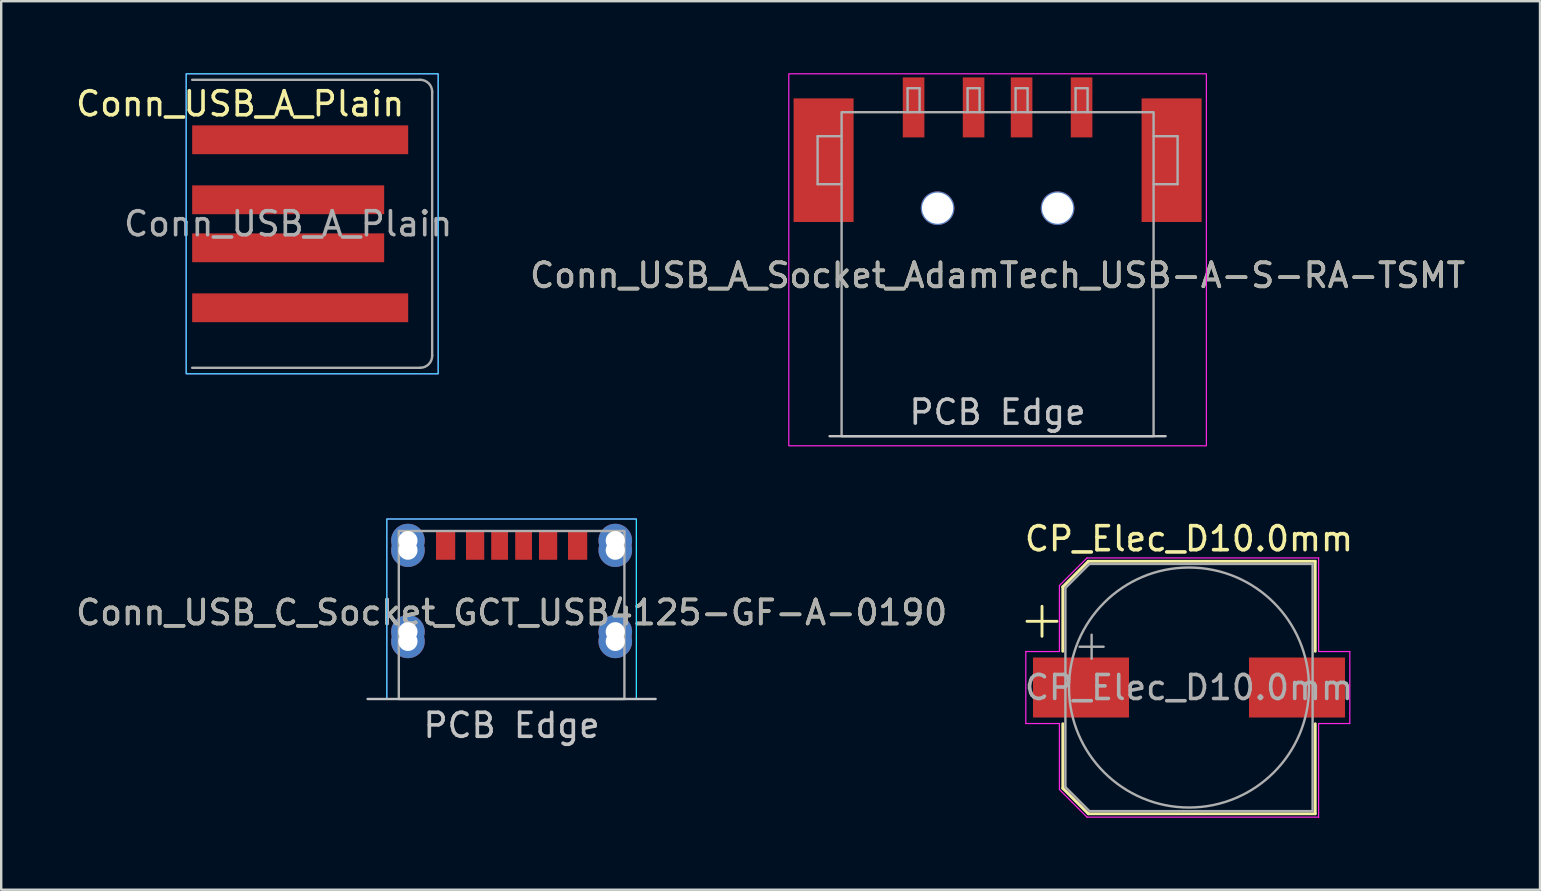
<source format=kicad_pcb>
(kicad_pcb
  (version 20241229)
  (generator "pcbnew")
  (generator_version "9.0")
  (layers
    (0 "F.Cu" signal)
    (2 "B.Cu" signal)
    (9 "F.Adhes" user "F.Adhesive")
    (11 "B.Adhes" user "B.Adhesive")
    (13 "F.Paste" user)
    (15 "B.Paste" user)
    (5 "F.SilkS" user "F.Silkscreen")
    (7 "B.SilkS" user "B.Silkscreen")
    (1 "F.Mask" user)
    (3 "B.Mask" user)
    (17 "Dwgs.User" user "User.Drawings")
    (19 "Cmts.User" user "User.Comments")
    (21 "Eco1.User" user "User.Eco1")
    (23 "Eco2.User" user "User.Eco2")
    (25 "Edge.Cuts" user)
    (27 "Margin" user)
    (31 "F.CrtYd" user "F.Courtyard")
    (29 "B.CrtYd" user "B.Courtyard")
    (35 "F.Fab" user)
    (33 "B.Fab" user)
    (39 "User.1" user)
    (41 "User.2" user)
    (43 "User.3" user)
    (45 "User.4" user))
  (footprint "Conn_USB_A_Socket_AdamTech_USB-A-S-RA-TSMT"
    (layer "F.Cu")
    (at 38.518 5.625)
    (property "Reference" "Conn_USB_A_Socket_AdamTech_USB-A-S-RA-TSMT" (at 0 2.8 0) (unlocked yes) (layer "F.SilkS") (effects (font (size 1 1) (thickness 0.15))))
    (attr smd)
    (fp_line (start 7 9.5) (end -7 9.5) (stroke (width 0.1) (type solid)) (layer "Dwgs.User"))
    (fp_rect (start -8.7 -5.6) (end 8.7 9.9) (stroke (width 0.05) (type solid)) (fill no) (layer "F.CrtYd"))
    (fp_line (start -7.5 -3) (end -7.5 -1) (stroke (width 0.1) (type solid)) (layer "F.Fab"))
    (fp_line (start -7.5 -1) (end -6.5 -1) (stroke (width 0.1) (type solid)) (layer "F.Fab"))
    (fp_line (start -6.5 -3) (end -7.5 -3) (stroke (width 0.1) (type solid)) (layer "F.Fab"))
    (fp_line (start -3.75 -5) (end -3.25 -5) (stroke (width 0.1) (type solid)) (layer "F.Fab"))
    (fp_line (start -3.75 -4) (end -3.75 -5) (stroke (width 0.1) (type solid)) (layer "F.Fab"))
    (fp_line (start -3.25 -5) (end -3.25 -4) (stroke (width 0.1) (type solid)) (layer "F.Fab"))
    (fp_line (start -1.25 -5) (end -0.75 -5) (stroke (width 0.1) (type solid)) (layer "F.Fab"))
    (fp_line (start -1.25 -4) (end -1.25 -5) (stroke (width 0.1) (type solid)) (layer "F.Fab"))
    (fp_line (start -0.75 -5) (end -0.75 -4) (stroke (width 0.1) (type solid)) (layer "F.Fab"))
    (fp_line (start 0.75 -5) (end 1.25 -5) (stroke (width 0.1) (type solid)) (layer "F.Fab"))
    (fp_line (start 0.75 -4) (end 0.75 -5) (stroke (width 0.1) (type solid)) (layer "F.Fab"))
    (fp_line (start 1.25 -5) (end 1.25 -4) (stroke (width 0.1) (type solid)) (layer "F.Fab"))
    (fp_line (start 3.25 -5) (end 3.75 -5) (stroke (width 0.1) (type solid)) (layer "F.Fab"))
    (fp_line (start 3.25 -4) (end 3.25 -5) (stroke (width 0.1) (type solid)) (layer "F.Fab"))
    (fp_line (start 3.75 -5) (end 3.75 -4) (stroke (width 0.1) (type solid)) (layer "F.Fab"))
    (fp_line (start 6.5 -3) (end 7.5 -3) (stroke (width 0.1) (type solid)) (layer "F.Fab"))
    (fp_line (start 7.5 -3) (end 7.5 -1) (stroke (width 0.1) (type solid)) (layer "F.Fab"))
    (fp_line (start 7.5 -1) (end 6.5 -1) (stroke (width 0.1) (type solid)) (layer "F.Fab"))
    (fp_rect (start -6.5 -4) (end 6.5 9.5) (stroke (width 0.1) (type solid)) (fill no) (layer "F.Fab"))
    (fp_text user "PCB Edge" (at 0 8.5 0) (unlocked yes) (layer "Dwgs.User") (effects (font (size 1 1) (thickness 0.15))))
    (fp_text user "${REFERENCE}" (at 0 2.8 0) (unlocked yes) (layer "F.Fab") (effects (font (size 1 1) (thickness 0.15))))
    (pad "" thru_hole circle (at -2.5 0) (size 1.4 1.4) (drill 1.3) (layers "*.Cu" "*.Mask"))
    (pad "" thru_hole circle (at 2.5 0) (size 1.4 1.4) (drill 1.3) (layers "*.Cu" "*.Mask"))
    (pad "1" smd rect (at -3.5 -4.2) (size 0.9 2.5) (layers "F.Cu" "F.Mask" "F.Paste"))
    (pad "2" smd rect (at -1 -4.2) (size 0.9 2.5) (layers "F.Cu" "F.Mask" "F.Paste"))
    (pad "3" smd rect (at 1 -4.2) (size 0.9 2.5) (layers "F.Cu" "F.Mask" "F.Paste"))
    (pad "4" smd rect (at 3.5 -4.2) (size 0.9 2.5) (layers "F.Cu" "F.Mask" "F.Paste"))
    (pad "5" smd rect (at -7.25 -2) (size 2.5 5.15) (layers "F.Cu" "F.Mask" "F.Paste"))
    (pad "5" smd rect (at 7.25 -2) (size 2.5 5.15) (layers "F.Cu" "F.Mask" "F.Paste")))
  (footprint "CP_Elec_D10.0mm"
    (layer "F.Cu")
    (at 46.494 25.598)
    (property "Reference" "CP_Elec_D10.0mm" (at 0 -6.2 0) (layer "F.SilkS") (effects (font (size 1 1) (thickness 0.15))))
    (attr smd)
    (fp_line (start -6.75 -2.76) (end -5.5 -2.76) (stroke (width 0.12) (type solid)) (layer "F.SilkS"))
    (fp_line (start -6.125 -3.385) (end -6.125 -2.135) (stroke (width 0.12) (type solid)) (layer "F.SilkS"))
    (fp_line (start -5.26 -4.196) (end -5.26 -1.51) (stroke (width 0.12) (type solid)) (layer "F.SilkS"))
    (fp_line (start -5.26 -4.196) (end -4.196 -5.26) (stroke (width 0.12) (type solid)) (layer "F.SilkS"))
    (fp_line (start -5.26 4.196) (end -5.26 1.51) (stroke (width 0.12) (type solid)) (layer "F.SilkS"))
    (fp_line (start -5.26 4.196) (end -4.196 5.26) (stroke (width 0.12) (type solid)) (layer "F.SilkS"))
    (fp_line (start -4.196 -5.26) (end 5.26 -5.26) (stroke (width 0.12) (type solid)) (layer "F.SilkS"))
    (fp_line (start -4.196 5.26) (end 5.26 5.26) (stroke (width 0.12) (type solid)) (layer "F.SilkS"))
    (fp_line (start 5.26 -5.26) (end 5.26 -1.51) (stroke (width 0.12) (type solid)) (layer "F.SilkS"))
    (fp_line (start 5.26 5.26) (end 5.26 1.51) (stroke (width 0.12) (type solid)) (layer "F.SilkS"))
    (fp_line (start -6.8 -1.5) (end -6.8 1.5) (stroke (width 0.05) (type solid)) (layer "F.CrtYd"))
    (fp_line (start -6.8 1.5) (end -5.4 1.5) (stroke (width 0.05) (type solid)) (layer "F.CrtYd"))
    (fp_line (start -5.4 -4.25) (end -5.4 -1.5) (stroke (width 0.05) (type solid)) (layer "F.CrtYd"))
    (fp_line (start -5.4 -4.25) (end -4.25 -5.4) (stroke (width 0.05) (type solid)) (layer "F.CrtYd"))
    (fp_line (start -5.4 -1.5) (end -6.8 -1.5) (stroke (width 0.05) (type solid)) (layer "F.CrtYd"))
    (fp_line (start -5.4 1.5) (end -5.4 4.25) (stroke (width 0.05) (type solid)) (layer "F.CrtYd"))
    (fp_line (start -5.4 4.25) (end -4.25 5.4) (stroke (width 0.05) (type solid)) (layer "F.CrtYd"))
    (fp_line (start -4.25 -5.4) (end 5.4 -5.4) (stroke (width 0.05) (type solid)) (layer "F.CrtYd"))
    (fp_line (start -4.25 5.4) (end 5.4 5.4) (stroke (width 0.05) (type solid)) (layer "F.CrtYd"))
    (fp_line (start 5.4 -5.4) (end 5.4 -1.5) (stroke (width 0.05) (type solid)) (layer "F.CrtYd"))
    (fp_line (start 5.4 -1.5) (end 6.7 -1.5) (stroke (width 0.05) (type solid)) (layer "F.CrtYd"))
    (fp_line (start 5.4 1.5) (end 5.4 5.4) (stroke (width 0.05) (type solid)) (layer "F.CrtYd"))
    (fp_line (start 6.7 -1.5) (end 6.7 1.5) (stroke (width 0.05) (type solid)) (layer "F.CrtYd"))
    (fp_line (start 6.7 1.5) (end 5.4 1.5) (stroke (width 0.05) (type solid)) (layer "F.CrtYd"))
    (fp_line (start -5.15 -4.15) (end -5.15 4.15) (stroke (width 0.1) (type solid)) (layer "F.Fab"))
    (fp_line (start -5.15 -4.15) (end -4.15 -5.15) (stroke (width 0.1) (type solid)) (layer "F.Fab"))
    (fp_line (start -5.15 4.15) (end -4.15 5.15) (stroke (width 0.1) (type solid)) (layer "F.Fab"))
    (fp_line (start -4.558 -1.7) (end -3.558 -1.7) (stroke (width 0.1) (type solid)) (layer "F.Fab"))
    (fp_line (start -4.15 -5.15) (end 5.15 -5.15) (stroke (width 0.1) (type solid)) (layer "F.Fab"))
    (fp_line (start -4.15 5.15) (end 5.15 5.15) (stroke (width 0.1) (type solid)) (layer "F.Fab"))
    (fp_line (start -4.058 -2.2) (end -4.058 -1.2) (stroke (width 0.1) (type solid)) (layer "F.Fab"))
    (fp_line (start 5.15 -5.15) (end 5.15 5.15) (stroke (width 0.1) (type solid)) (layer "F.Fab"))
    (fp_circle (center 0 0) (end 5 0) (stroke (width 0.1) (type solid)) (fill no) (layer "F.Fab"))
    (fp_text user "${REFERENCE}" (at 0 0 0) (layer "F.Fab") (effects (font (size 1 1) (thickness 0.15))))
    (pad "1" smd rect (at -4.5 0) (size 4 2.5) (layers "F.Cu" "F.Mask" "F.Paste"))
    (pad "2" smd rect (at 4.5 0) (size 4 2.5) (layers "F.Cu" "F.Mask" "F.Paste")))
  (footprint "Conn_USB_C_Socket_GCT_USB4125-GF-A-0190"
    (layer "F.Cu")
    (at 18.268 19.675)
    (property "Reference" "Conn_USB_C_Socket_GCT_USB4125-GF-A-0190" (at 0 2.8 0) (unlocked yes) (layer "F.SilkS") (effects (font (size 1 1) (thickness 0.15))))
    (attr smd)
    (fp_line (start 6 6.4) (end -6 6.4) (stroke (width 0.1) (type solid)) (layer "Dwgs.User"))
    (fp_rect (start -5.2 -1.1) (end 5.2 6.4) (stroke (width 0.05) (type solid)) (fill no) (layer "B.CrtYd"))
    (fp_rect (start -5.2 -1.1) (end 5.2 6.4) (stroke (width 0.05) (type solid)) (fill no) (layer "F.CrtYd"))
    (fp_rect (start -4.7 -0.6) (end 4.7 6.4) (stroke (width 0.1) (type solid)) (fill no) (layer "F.Fab"))
    (fp_text user "PCB Edge" (at 0 7.5 0) (unlocked yes) (layer "Dwgs.User") (effects (font (size 1 1) (thickness 0.15))))
    (fp_text user "${REFERENCE}" (at 0 2.8 0) (unlocked yes) (layer "F.Fab") (effects (font (size 1 1) (thickness 0.15))))
    (pad "A5" smd rect (at -0.5 0) (size 0.7 1.2) (layers "F.Cu" "F.Mask" "F.Paste"))
    (pad "A9" smd rect (at 1.52 0) (size 0.76 1.2) (layers "F.Cu" "F.Mask" "F.Paste"))
    (pad "A12" smd rect (at 2.75 0) (size 0.8 1.2) (layers "F.Cu" "F.Mask" "F.Paste"))
    (pad "B5" smd rect (at 0.5 0) (size 0.7 1.2) (layers "F.Cu" "F.Mask" "F.Paste"))
    (pad "B9" smd rect (at -1.52 0) (size 0.76 1.2) (layers "F.Cu" "F.Mask" "F.Paste"))
    (pad "B12" smd rect (at -2.75 0) (size 0.8 1.2) (layers "F.Cu" "F.Mask" "F.Paste"))
    (pad "S1" thru_hole circle (at -4.32 -0.2) (size 1.4 1.4) (drill 0.8) (layers "*.Cu" "*.Mask"))
    (pad "S1" thru_hole circle (at -4.32 0.2) (size 1.4 1.4) (drill 0.8) (layers "*.Cu" "*.Mask"))
    (pad "S1" thru_hole circle (at -4.32 3.6) (size 1.4 1.4) (drill 0.8) (layers "*.Cu" "*.Mask"))
    (pad "S1" thru_hole circle (at -4.32 4) (size 1.4 1.4) (drill 0.8) (layers "*.Cu" "*.Mask"))
    (pad "S1" thru_hole circle (at 4.32 -0.2) (size 1.4 1.4) (drill 0.8) (layers "*.Cu" "*.Mask"))
    (pad "S1" thru_hole circle (at 4.32 0.2) (size 1.4 1.4) (drill 0.8) (layers "*.Cu" "*.Mask"))
    (pad "S1" thru_hole circle (at 4.32 3.6) (size 1.4 1.4) (drill 0.8) (layers "*.Cu" "*.Mask"))
    (pad "S1" thru_hole circle (at 4.32 4) (size 1.4 1.4) (drill 0.8) (layers "*.Cu" "*.Mask")))
  (footprint "Conn_USB_A_Plain"
    (layer "F.Cu")
    (at 9.458 6.275)
    (property "Reference" "Conn_USB_A_Plain" (at -2.5 -5 0) (unlocked yes) (layer "F.SilkS") (effects (font (size 1 1) (thickness 0.15))))
    (attr smd)
    (fp_rect (start -4.75 -6.25) (end 5.75 6.25) (stroke (width 0.05) (type solid)) (fill no) (layer "B.CrtYd"))
    (fp_rect (start -4.75 -6.25) (end 5.75 6.25) (stroke (width 0.05) (type solid)) (fill no) (layer "F.CrtYd"))
    (fp_line (start -4.5 -6) (end 5 -6) (stroke (width 0.1) (type solid)) (layer "F.Fab"))
    (fp_line (start 5 6) (end -4.5 6) (stroke (width 0.1) (type solid)) (layer "F.Fab"))
    (fp_line (start 5.5 -5.5) (end 5.5 5.5) (stroke (width 0.1) (type solid)) (layer "F.Fab"))
    (fp_arc (start 5 -6) (mid 5.353553 -5.853553) (end 5.5 -5.5) (stroke (width 0.1) (type solid)) (layer "F.Fab"))
    (fp_arc (start 5.5 5.5) (mid 5.353553 5.853553) (end 5 6) (stroke (width 0.1) (type solid)) (layer "F.Fab"))
    (fp_text user "${REFERENCE}" (at -0.5 0 0) (unlocked yes) (layer "F.Fab") (effects (font (size 1 1) (thickness 0.15))))
    (pad "1" smd rect (at 0 -3.5) (size 9 1.2) (layers "F.Cu" "F.Mask" "F.Paste"))
    (pad "2" smd rect (at -0.5 -1) (size 8 1.2) (layers "F.Cu" "F.Mask" "F.Paste"))
    (pad "3" smd rect (at -0.5 1) (size 8 1.2) (layers "F.Cu" "F.Mask" "F.Paste"))
    (pad "4" smd rect (at 0 3.5) (size 9 1.2) (layers "F.Cu" "F.Mask" "F.Paste")))
  (gr_rect
    (start -3 -3)
    (end 61.119 34.023)
    (stroke (width 0.1) (type default))
    (fill no)
    (layer "Edge.Cuts")))
</source>
